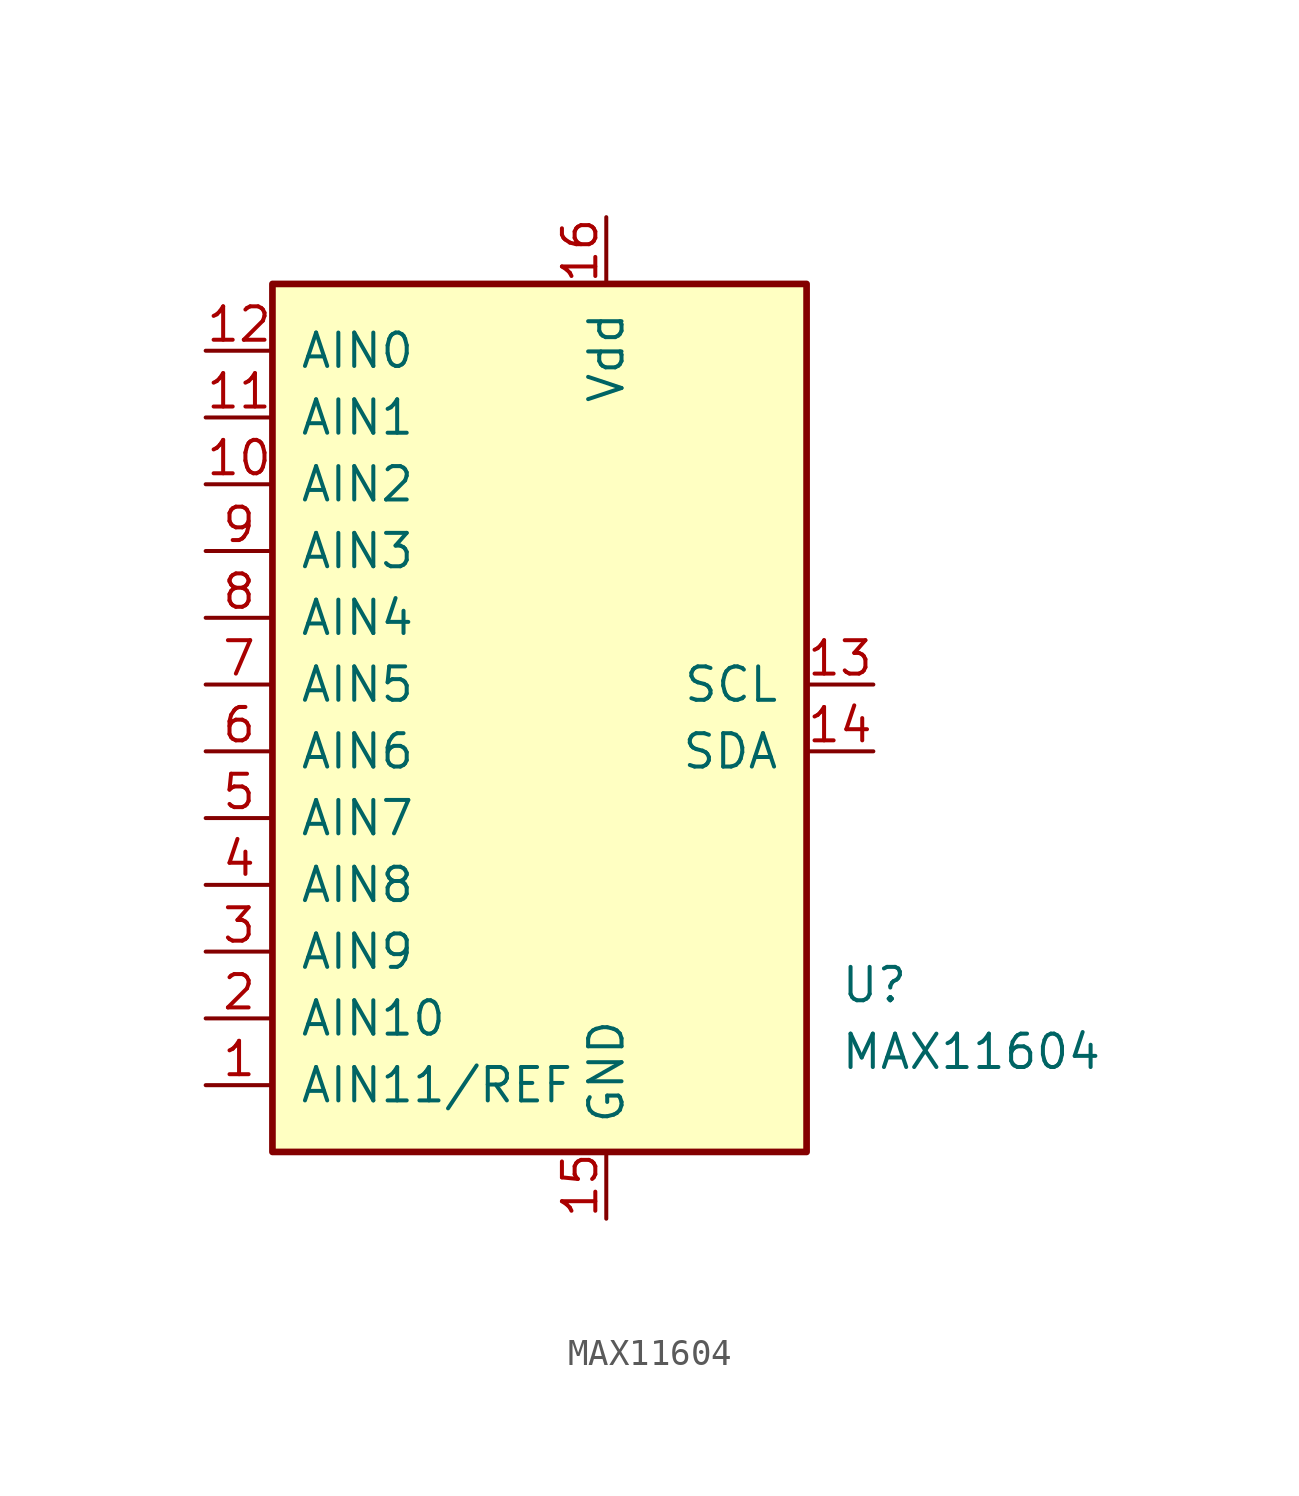
<source format=kicad_sym>
(kicad_symbol_lib
  (version 20211014)
  (generator kicad_symbol_editor)
  (symbol "MAX11604"
    (pin_names
      (offset 1.016))
    (property "Reference" "U"
      (at 8.89 -11.43 0)
      (effects (font (size 1.27 1.27)) (justify left)))
    (property "Value" "MAX11604"
      (at 8.89 -13.97 0)
      (effects (font (size 1.27 1.27)) (justify left)))
    (symbol "MAX11604_0_1"
      (rectangle (start -12.7 15.24) (end 7.62 -17.78) (stroke (width 0.254) (type default) (color 0 0 0 0)) (fill (type background))))
    (symbol "MAX11604_1_1"
      (pin input line (at -15.24 -15.24 0) (length 2.54) (name "AIN11/REF" (effects (font (size 1.27 1.27)))) (number "1" (effects (font (size 1.27 1.27)))))
      (pin input line (at -15.24 7.62 0) (length 2.54) (name "AIN2" (effects (font (size 1.27 1.27)))) (number "10" (effects (font (size 1.27 1.27)))))
      (pin input line (at -15.24 10.16 0) (length 2.54) (name "AIN1" (effects (font (size 1.27 1.27)))) (number "11" (effects (font (size 1.27 1.27)))))
      (pin input line (at -15.24 12.7 0) (length 2.54) (name "AIN0" (effects (font (size 1.27 1.27)))) (number "12" (effects (font (size 1.27 1.27)))))
      (pin input line (at 10.16 0 180) (length 2.54) (name "SCL" (effects (font (size 1.27 1.27)))) (number "13" (effects (font (size 1.27 1.27)))))
      (pin bidirectional line (at 10.16 -2.54 180) (length 2.54) (name "SDA" (effects (font (size 1.27 1.27)))) (number "14" (effects (font (size 1.27 1.27)))))
      (pin power_in line (at 0 -20.32 90) (length 2.54) (name "GND" (effects (font (size 1.27 1.27)))) (number "15" (effects (font (size 1.27 1.27)))))
      (pin power_in line (at 0 17.78 270) (length 2.54) (name "Vdd" (effects (font (size 1.27 1.27)))) (number "16" (effects (font (size 1.27 1.27)))))
      (pin input line (at -15.24 -12.7 0) (length 2.54) (name "AIN10" (effects (font (size 1.27 1.27)))) (number "2" (effects (font (size 1.27 1.27)))))
      (pin input line (at -15.24 -10.16 0) (length 2.54) (name "AIN9" (effects (font (size 1.27 1.27)))) (number "3" (effects (font (size 1.27 1.27)))))
      (pin input line (at -15.24 -7.62 0) (length 2.54) (name "AIN8" (effects (font (size 1.27 1.27)))) (number "4" (effects (font (size 1.27 1.27)))))
      (pin input line (at -15.24 -5.08 0) (length 2.54) (name "AIN7" (effects (font (size 1.27 1.27)))) (number "5" (effects (font (size 1.27 1.27)))))
      (pin input line (at -15.24 -2.54 0) (length 2.54) (name "AIN6" (effects (font (size 1.27 1.27)))) (number "6" (effects (font (size 1.27 1.27)))))
      (pin input line (at -15.24 0 0) (length 2.54) (name "AIN5" (effects (font (size 1.27 1.27)))) (number "7" (effects (font (size 1.27 1.27)))))
      (pin input line (at -15.24 2.54 0) (length 2.54) (name "AIN4" (effects (font (size 1.27 1.27)))) (number "8" (effects (font (size 1.27 1.27)))))
      (pin input line (at -15.24 5.08 0) (length 2.54) (name "AIN3" (effects (font (size 1.27 1.27)))) (number "9" (effects (font (size 1.27 1.27))))))))
</source>
